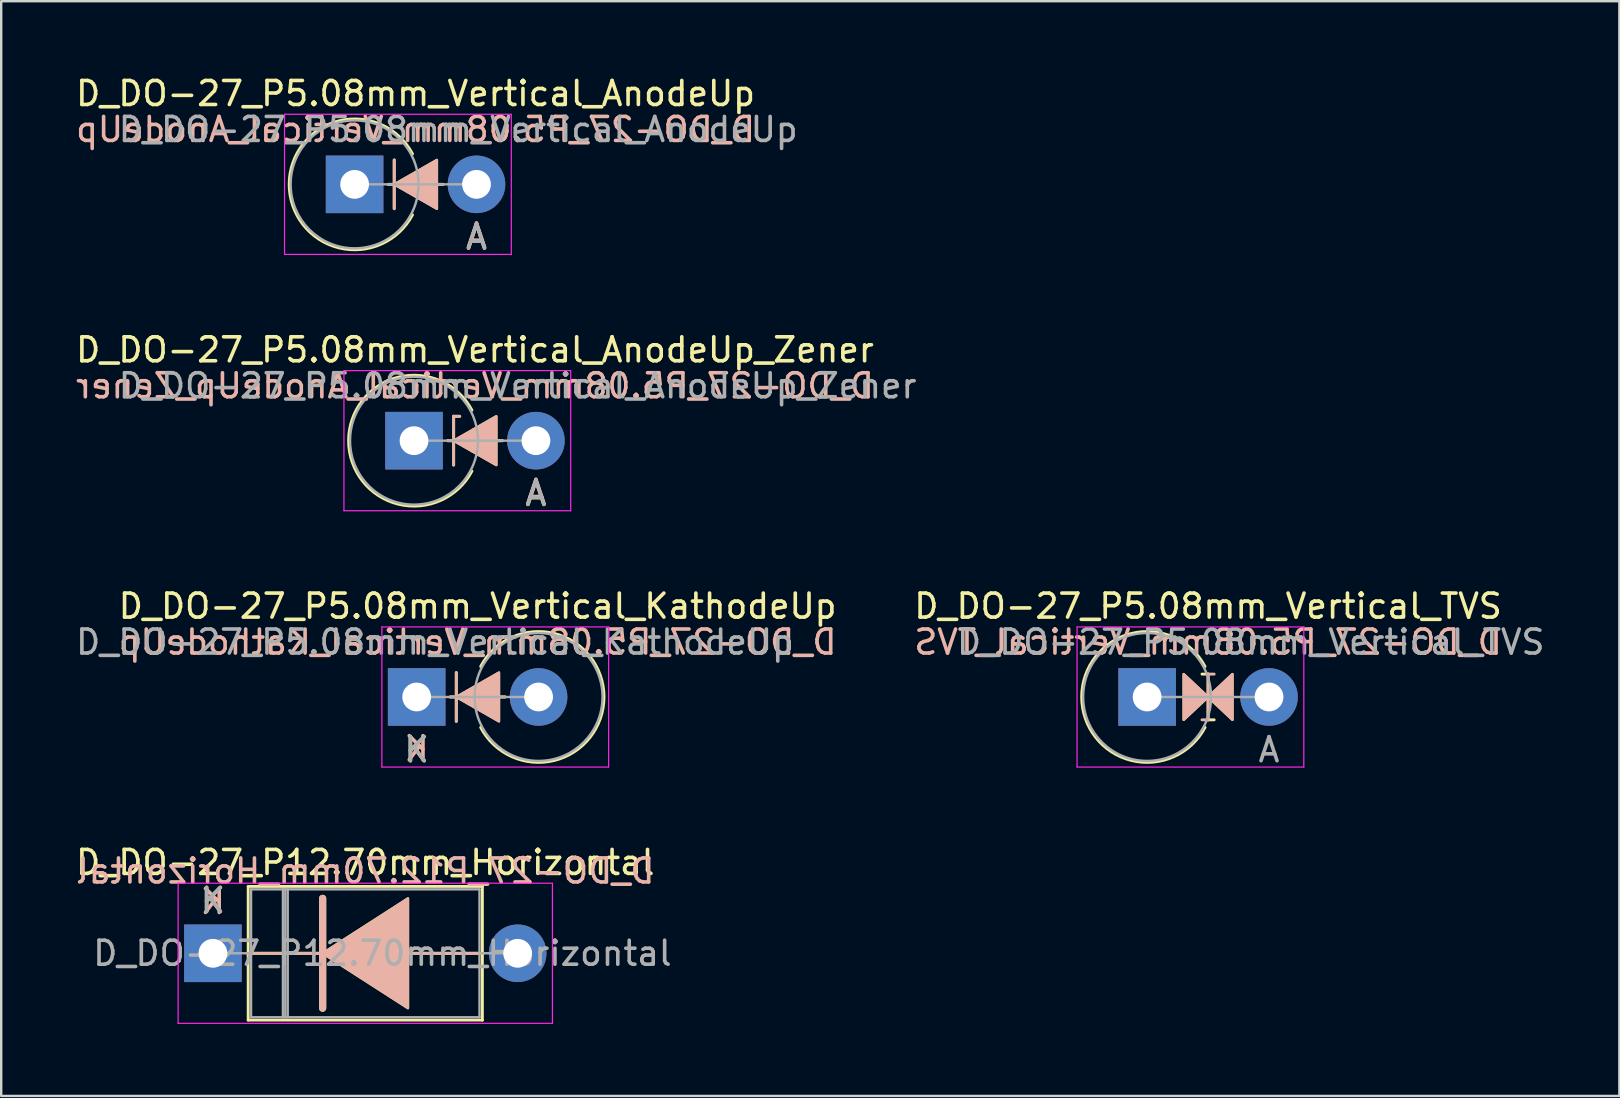
<source format=kicad_pcb>
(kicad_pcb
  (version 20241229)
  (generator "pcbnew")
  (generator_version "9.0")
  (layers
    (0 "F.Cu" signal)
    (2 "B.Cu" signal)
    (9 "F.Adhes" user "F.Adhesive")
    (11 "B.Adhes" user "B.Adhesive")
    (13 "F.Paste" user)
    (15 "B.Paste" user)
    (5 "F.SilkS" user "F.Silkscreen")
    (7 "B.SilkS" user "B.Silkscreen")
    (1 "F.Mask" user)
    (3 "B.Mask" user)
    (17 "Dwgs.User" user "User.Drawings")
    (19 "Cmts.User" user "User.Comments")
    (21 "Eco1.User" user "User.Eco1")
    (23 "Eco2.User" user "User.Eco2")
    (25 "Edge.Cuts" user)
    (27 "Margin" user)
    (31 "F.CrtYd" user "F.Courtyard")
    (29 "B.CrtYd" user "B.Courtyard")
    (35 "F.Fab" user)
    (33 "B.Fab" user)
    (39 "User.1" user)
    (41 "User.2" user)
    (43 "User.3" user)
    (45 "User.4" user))
  (footprint "D_DO-27_P12.70mm_Horizontal"
    (layer "F.Cu")
    (at 5.823 36.678)
    (property "Reference" "D_DO-27_P12.70mm_Horizontal" (at 6.35 -3.785 0) (layer "F.SilkS") (effects (font (size 1 1) (thickness 0.15))))
    (fp_line (start 1.44 0) (end 1.47 0) (stroke (width 0.12) (type solid)) (layer "F.SilkS"))
    (fp_line (start 1.47 -2.785) (end 1.47 2.785) (stroke (width 0.12) (type solid)) (layer "F.SilkS"))
    (fp_line (start 1.47 2.785) (end 11.23 2.785) (stroke (width 0.12) (type solid)) (layer "F.SilkS"))
    (fp_line (start 4.572 -2.286) (end 4.572 2.286) (stroke (width 0.3) (type solid)) (layer "F.SilkS"))
    (fp_line (start 4.572 0) (end 1.47 0) (stroke (width 0.12) (type solid)) (layer "F.SilkS"))
    (fp_line (start 8.001 0) (end 11.23 0) (stroke (width 0.12) (type solid)) (layer "F.SilkS"))
    (fp_line (start 11.23 -2.785) (end 1.47 -2.785) (stroke (width 0.12) (type solid)) (layer "F.SilkS"))
    (fp_line (start 11.23 2.785) (end 11.23 -2.785) (stroke (width 0.12) (type solid)) (layer "F.SilkS"))
    (fp_line (start 11.26 0) (end 11.23 0) (stroke (width 0.12) (type solid)) (layer "F.SilkS"))
    (fp_poly (pts (xy 8.128 2.286) (xy 4.572 0) (xy 8.128 -2.286)) (stroke (width 0.1) (type solid)) (fill yes) (layer "F.SilkS"))
    (fp_line (start 1.44 0) (end 1.47 0) (stroke (width 0.12) (type solid)) (layer "B.SilkS"))
    (fp_line (start 4.572 0) (end 1.47 0) (stroke (width 0.12) (type solid)) (layer "B.SilkS"))
    (fp_line (start 4.572 2.286) (end 4.572 -2.286) (stroke (width 0.3) (type solid)) (layer "B.SilkS"))
    (fp_line (start 8.001 0) (end 11.23 0) (stroke (width 0.12) (type solid)) (layer "B.SilkS"))
    (fp_line (start 11.26 0) (end 11.23 0) (stroke (width 0.12) (type solid)) (layer "B.SilkS"))
    (fp_poly (pts (xy 8.128 -2.286) (xy 4.572 0) (xy 8.128 2.286)) (stroke (width 0.1) (type solid)) (fill yes) (layer "B.SilkS"))
    (fp_line (start -1.45 -2.92) (end -1.45 2.92) (stroke (width 0.05) (type solid)) (layer "F.CrtYd"))
    (fp_line (start -1.45 2.92) (end 14.15 2.92) (stroke (width 0.05) (type solid)) (layer "F.CrtYd"))
    (fp_line (start 14.15 -2.92) (end -1.45 -2.92) (stroke (width 0.05) (type solid)) (layer "F.CrtYd"))
    (fp_line (start 14.15 2.92) (end 14.15 -2.92) (stroke (width 0.05) (type solid)) (layer "F.CrtYd"))
    (fp_line (start 0 0) (end 1.59 0) (stroke (width 0.1) (type solid)) (layer "F.Fab"))
    (fp_line (start 1.59 -2.665) (end 1.59 2.665) (stroke (width 0.1) (type solid)) (layer "F.Fab"))
    (fp_line (start 1.59 2.665) (end 11.11 2.665) (stroke (width 0.1) (type solid)) (layer "F.Fab"))
    (fp_line (start 2.918 -2.665) (end 2.918 2.665) (stroke (width 0.1) (type solid)) (layer "F.Fab"))
    (fp_line (start 3.018 -2.665) (end 3.018 2.665) (stroke (width 0.1) (type solid)) (layer "F.Fab"))
    (fp_line (start 3.118 -2.665) (end 3.118 2.665) (stroke (width 0.1) (type solid)) (layer "F.Fab"))
    (fp_line (start 11.11 -2.665) (end 1.59 -2.665) (stroke (width 0.1) (type solid)) (layer "F.Fab"))
    (fp_line (start 11.11 2.665) (end 11.11 -2.665) (stroke (width 0.1) (type solid)) (layer "F.Fab"))
    (fp_line (start 12.7 0) (end 11.11 0) (stroke (width 0.1) (type solid)) (layer "F.Fab"))
    (fp_text user "K" (at 0 -2.2 0) (layer "F.SilkS") (effects (font (size 1 1) (thickness 0.15))))
    (fp_text user "${REFERENCE}" (at 6.35 -3.429 0) (layer "B.SilkS") (effects (font (size 1 1) (thickness 0.15)) (justify mirror)))
    (fp_text user "K" (at 0 -2.159 0) (layer "B.SilkS") (effects (font (size 1 1) (thickness 0.15)) (justify mirror)))
    (fp_text user "K" (at 0 -2.2 0) (layer "F.Fab") (effects (font (size 1 1) (thickness 0.15))))
    (fp_text user "${REFERENCE}" (at 7.064 0 0) (layer "F.Fab") (effects (font (size 1 1) (thickness 0.15))))
    (pad "1" thru_hole rect (at 0 0) (size 2.4 2.4) (drill 1.2) (layers "*.Cu" "*.Mask"))
    (pad "2" thru_hole oval (at 12.7 0) (size 2.4 2.4) (drill 1.2) (layers "*.Cu" "*.Mask")))
  (footprint "D_DO-27_P5.08mm_Vertical_AnodeUp_Zener"
    (layer "F.Cu")
    (at 14.204 15.315)
    (property "Reference" "D_DO-27_P5.08mm_Vertical_AnodeUp_Zener" (at 2.54 -3.785 0) (layer "F.SilkS") (effects (font (size 1 1) (thickness 0.15))))
    (fp_line (start 1.397 0) (end 3.683 0) (stroke (width 0.12) (type solid)) (layer "F.SilkS"))
    (fp_line (start 1.651 -1.016) (end 1.651 1.016) (stroke (width 0.12) (type solid)) (layer "F.SilkS"))
    (fp_line (start 1.651 -1.016) (end 1.905 -1.016) (stroke (width 0.12) (type solid)) (layer "F.SilkS"))
    (fp_arc (start 2.412999 1.27) (mid -2.726805 0) (end 2.412999 -1.269999) (stroke (width 0.12) (type solid)) (layer "F.SilkS"))
    (fp_poly (pts (xy 3.429 1.016) (xy 1.651 0) (xy 3.429 -1.016)) (stroke (width 0.1) (type solid)) (fill yes) (layer "F.SilkS"))
    (fp_line (start 1.397 0) (end 3.683 0) (stroke (width 0.12) (type solid)) (layer "B.SilkS"))
    (fp_line (start 1.651 -1.016) (end 1.905 -1.016) (stroke (width 0.12) (type solid)) (layer "B.SilkS"))
    (fp_line (start 1.651 1.016) (end 1.651 -1.016) (stroke (width 0.12) (type solid)) (layer "B.SilkS"))
    (fp_poly (pts (xy 3.429 -1.016) (xy 1.651 0) (xy 3.429 1.016)) (stroke (width 0.1) (type solid)) (fill yes) (layer "B.SilkS"))
    (fp_line (start -2.92 -2.92) (end -2.92 2.92) (stroke (width 0.05) (type solid)) (layer "F.CrtYd"))
    (fp_line (start -2.92 2.92) (end 6.53 2.92) (stroke (width 0.05) (type solid)) (layer "F.CrtYd"))
    (fp_line (start 6.53 -2.92) (end -2.92 -2.92) (stroke (width 0.05) (type solid)) (layer "F.CrtYd"))
    (fp_line (start 6.53 2.92) (end 6.53 -2.92) (stroke (width 0.05) (type solid)) (layer "F.CrtYd"))
    (fp_line (start 0 0) (end 5.08 0) (stroke (width 0.1) (type solid)) (layer "F.Fab"))
    (fp_circle (center 0 0) (end 2.665 0) (stroke (width 0.1) (type solid)) (fill no) (layer "F.Fab"))
    (fp_text user "A" (at 5.08 2.2 0) (layer "F.SilkS") (effects (font (size 1 1) (thickness 0.15))))
    (fp_text user "A" (at 5.08 2.159 0) (layer "B.SilkS") (effects (font (size 1 1) (thickness 0.15)) (justify mirror)))
    (fp_text user "${REFERENCE}" (at 2.54 -2.286 0) (layer "B.SilkS") (effects (font (size 1 1) (thickness 0.15)) (justify mirror)))
    (fp_text user "A" (at 5.08 2.2 0) (layer "F.Fab") (effects (font (size 1 1) (thickness 0.15))))
    (fp_text user "${REFERENCE}" (at 4.318 -2.286 0) (layer "F.Fab") (effects (font (size 1 1) (thickness 0.15))))
    (pad "1" thru_hole rect (at 0 0) (size 2.4 2.4) (drill 1.2) (layers "*.Cu" "*.Mask"))
    (pad "2" thru_hole oval (at 5.08 0) (size 2.4 2.4) (drill 1.2) (layers "*.Cu" "*.Mask")))
  (footprint "D_DO-27_P5.08mm_Vertical_KathodeUp"
    (layer "F.Cu")
    (at 14.315 25.996)
    (property "Reference" "D_DO-27_P5.08mm_Vertical_KathodeUp" (at 2.54 -3.785 0) (layer "F.SilkS") (effects (font (size 1 1) (thickness 0.15))))
    (fp_line (start 1.397 0) (end 3.683 0) (stroke (width 0.12) (type solid)) (layer "F.SilkS"))
    (fp_line (start 1.651 -1.016) (end 1.651 1.016) (stroke (width 0.12) (type solid)) (layer "F.SilkS"))
    (fp_arc (start 2.667001 -1.27) (mid 7.806804 -0.000001) (end 2.667001 1.269999) (stroke (width 0.12) (type solid)) (layer "F.SilkS"))
    (fp_poly (pts (xy 3.429 1.016) (xy 1.651 0) (xy 3.429 -1.016)) (stroke (width 0.1) (type solid)) (fill yes) (layer "F.SilkS"))
    (fp_line (start 1.397 0) (end 3.683 0) (stroke (width 0.12) (type solid)) (layer "B.SilkS"))
    (fp_line (start 1.651 1.016) (end 1.651 -1.016) (stroke (width 0.12) (type solid)) (layer "B.SilkS"))
    (fp_poly (pts (xy 3.429 -1.016) (xy 1.651 0) (xy 3.429 1.016)) (stroke (width 0.1) (type solid)) (fill yes) (layer "B.SilkS"))
    (fp_line (start -1.45 -2.92) (end -1.45 2.92) (stroke (width 0.05) (type solid)) (layer "F.CrtYd"))
    (fp_line (start -1.45 2.92) (end 8 2.92) (stroke (width 0.05) (type solid)) (layer "F.CrtYd"))
    (fp_line (start 8 -2.92) (end -1.45 -2.92) (stroke (width 0.05) (type solid)) (layer "F.CrtYd"))
    (fp_line (start 8 2.92) (end 8 -2.92) (stroke (width 0.05) (type solid)) (layer "F.CrtYd"))
    (fp_line (start 0 0) (end 5.08 0) (stroke (width 0.1) (type solid)) (layer "F.Fab"))
    (fp_circle (center 5.08 0) (end 7.745 0) (stroke (width 0.1) (type solid)) (fill no) (layer "F.Fab"))
    (fp_text user "K" (at 0 2.2 0) (layer "F.SilkS") (effects (font (size 1 1) (thickness 0.15))))
    (fp_text user "${REFERENCE}" (at 2.54 -2.286 0) (layer "B.SilkS") (effects (font (size 1 1) (thickness 0.15)) (justify mirror)))
    (fp_text user "K" (at 0 2.159 0) (layer "B.SilkS") (effects (font (size 1 1) (thickness 0.15)) (justify mirror)))
    (fp_text user "${REFERENCE}" (at 0.762 -2.286 0) (layer "F.Fab") (effects (font (size 1 1) (thickness 0.15))))
    (fp_text user "K" (at 0 2.2 0) (layer "F.Fab") (effects (font (size 1 1) (thickness 0.15))))
    (pad "1" thru_hole rect (at 0 0) (size 2.4 2.4) (drill 1.2) (layers "*.Cu" "*.Mask"))
    (pad "2" thru_hole oval (at 5.08 0) (size 2.4 2.4) (drill 1.2) (layers "*.Cu" "*.Mask")))
  (footprint "D_DO-27_P5.08mm_Vertical_AnodeUp"
    (layer "F.Cu")
    (at 11.728 4.633)
    (property "Reference" "D_DO-27_P5.08mm_Vertical_AnodeUp" (at 2.54 -3.785 0) (layer "F.SilkS") (effects (font (size 1 1) (thickness 0.15))))
    (fp_line (start 1.397 0) (end 3.683 0) (stroke (width 0.12) (type solid)) (layer "F.SilkS"))
    (fp_line (start 1.651 -1.016) (end 1.651 1.016) (stroke (width 0.12) (type solid)) (layer "F.SilkS"))
    (fp_arc (start 2.412999 1.27) (mid -2.726805 0) (end 2.412999 -1.269999) (stroke (width 0.12) (type solid)) (layer "F.SilkS"))
    (fp_poly (pts (xy 3.429 1.016) (xy 1.651 0) (xy 3.429 -1.016)) (stroke (width 0.1) (type solid)) (fill yes) (layer "F.SilkS"))
    (fp_line (start 1.397 0) (end 3.683 0) (stroke (width 0.12) (type solid)) (layer "B.SilkS"))
    (fp_line (start 1.651 1.016) (end 1.651 -1.016) (stroke (width 0.12) (type solid)) (layer "B.SilkS"))
    (fp_poly (pts (xy 3.429 -1.016) (xy 1.651 0) (xy 3.429 1.016)) (stroke (width 0.1) (type solid)) (fill yes) (layer "B.SilkS"))
    (fp_line (start -2.92 -2.92) (end -2.92 2.92) (stroke (width 0.05) (type solid)) (layer "F.CrtYd"))
    (fp_line (start -2.92 2.92) (end 6.53 2.92) (stroke (width 0.05) (type solid)) (layer "F.CrtYd"))
    (fp_line (start 6.53 -2.92) (end -2.92 -2.92) (stroke (width 0.05) (type solid)) (layer "F.CrtYd"))
    (fp_line (start 6.53 2.92) (end 6.53 -2.92) (stroke (width 0.05) (type solid)) (layer "F.CrtYd"))
    (fp_line (start 0 0) (end 5.08 0) (stroke (width 0.1) (type solid)) (layer "F.Fab"))
    (fp_circle (center 0 0) (end 2.665 0) (stroke (width 0.1) (type solid)) (fill no) (layer "F.Fab"))
    (fp_text user "A" (at 5.08 2.2 0) (layer "F.SilkS") (effects (font (size 1 1) (thickness 0.15))))
    (fp_text user "${REFERENCE}" (at 2.54 -2.286 0) (layer "B.SilkS") (effects (font (size 1 1) (thickness 0.15)) (justify mirror)))
    (fp_text user "A" (at 5.08 2.159 0) (layer "B.SilkS") (effects (font (size 1 1) (thickness 0.15)) (justify mirror)))
    (fp_text user "${REFERENCE}" (at 4.318 -2.286 0) (layer "F.Fab") (effects (font (size 1 1) (thickness 0.15))))
    (fp_text user "A" (at 5.08 2.2 0) (layer "F.Fab") (effects (font (size 1 1) (thickness 0.15))))
    (pad "1" thru_hole rect (at 0 0) (size 2.4 2.4) (drill 1.2) (layers "*.Cu" "*.Mask"))
    (pad "2" thru_hole oval (at 5.08 0) (size 2.4 2.4) (drill 1.2) (layers "*.Cu" "*.Mask")))
  (footprint "D_DO-27_P5.08mm_Vertical_TVS"
    (layer "F.Cu")
    (at 44.756 25.996)
    (property "Reference" "D_DO-27_P5.08mm_Vertical_TVS" (at 2.54 -3.785 0) (layer "F.SilkS") (effects (font (size 1 1) (thickness 0.15))))
    (fp_line (start 2.54 -0.953) (end 2.286 -0.953) (stroke (width 0.12) (type solid)) (layer "F.SilkS"))
    (fp_line (start 2.54 -0.953) (end 2.54 0.953) (stroke (width 0.12) (type solid)) (layer "F.SilkS"))
    (fp_line (start 2.54 0.953) (end 2.794 0.953) (stroke (width 0.12) (type solid)) (layer "F.SilkS"))
    (fp_arc (start 2.412999 1.27) (mid -2.726805 0) (end 2.412999 -1.269999) (stroke (width 0.12) (type solid)) (layer "F.SilkS"))
    (fp_poly (pts (xy 1.524 -0.953) (xy 2.54 0) (xy 1.524 0.953)) (stroke (width 0.1) (type solid)) (fill yes) (layer "F.SilkS"))
    (fp_poly (pts (xy 3.556 0.953) (xy 2.54 0) (xy 3.556 -0.953)) (stroke (width 0.1) (type solid)) (fill yes) (layer "F.SilkS"))
    (fp_line (start 2.54 -0.953) (end 2.794 -0.953) (stroke (width 0.12) (type solid)) (layer "B.SilkS"))
    (fp_line (start 2.54 0.953) (end 2.286 0.953) (stroke (width 0.12) (type solid)) (layer "B.SilkS"))
    (fp_line (start 2.54 0.953) (end 2.54 -0.953) (stroke (width 0.12) (type solid)) (layer "B.SilkS"))
    (fp_poly (pts (xy 1.524 0.953) (xy 2.54 0) (xy 1.524 -0.953)) (stroke (width 0.1) (type solid)) (fill yes) (layer "B.SilkS"))
    (fp_poly (pts (xy 3.556 -0.953) (xy 2.54 0) (xy 3.556 0.953)) (stroke (width 0.1) (type solid)) (fill yes) (layer "B.SilkS"))
    (fp_line (start -2.92 -2.92) (end -2.92 2.92) (stroke (width 0.05) (type solid)) (layer "F.CrtYd"))
    (fp_line (start -2.92 2.92) (end 6.53 2.92) (stroke (width 0.05) (type solid)) (layer "F.CrtYd"))
    (fp_line (start 6.53 -2.92) (end -2.92 -2.92) (stroke (width 0.05) (type solid)) (layer "F.CrtYd"))
    (fp_line (start 6.53 2.92) (end 6.53 -2.92) (stroke (width 0.05) (type solid)) (layer "F.CrtYd"))
    (fp_line (start 0 0) (end 5.08 0) (stroke (width 0.1) (type solid)) (layer "F.Fab"))
    (fp_circle (center 0 0) (end 2.665 0) (stroke (width 0.1) (type solid)) (fill no) (layer "F.Fab"))
    (fp_text user "${REFERENCE}" (at 2.54 -2.286 0) (layer "B.SilkS") (effects (font (size 1 1) (thickness 0.15)) (justify mirror)))
    (fp_text user "${REFERENCE}" (at 4.318 -2.286 0) (layer "F.Fab") (effects (font (size 1 1) (thickness 0.15))))
    (fp_text user "A" (at 5.08 2.2 0) (layer "F.Fab") (effects (font (size 1 1) (thickness 0.15))))
    (pad "1" thru_hole rect (at 0 0) (size 2.4 2.4) (drill 1.2) (layers "*.Cu" "*.Mask"))
    (pad "2" thru_hole oval (at 5.08 0) (size 2.4 2.4) (drill 1.2) (layers "*.Cu" "*.Mask")))
  (gr_rect
    (start -3 -3)
    (end 64.437 42.623)
    (stroke (width 0.1) (type default))
    (fill no)
    (layer "Edge.Cuts")))
</source>
